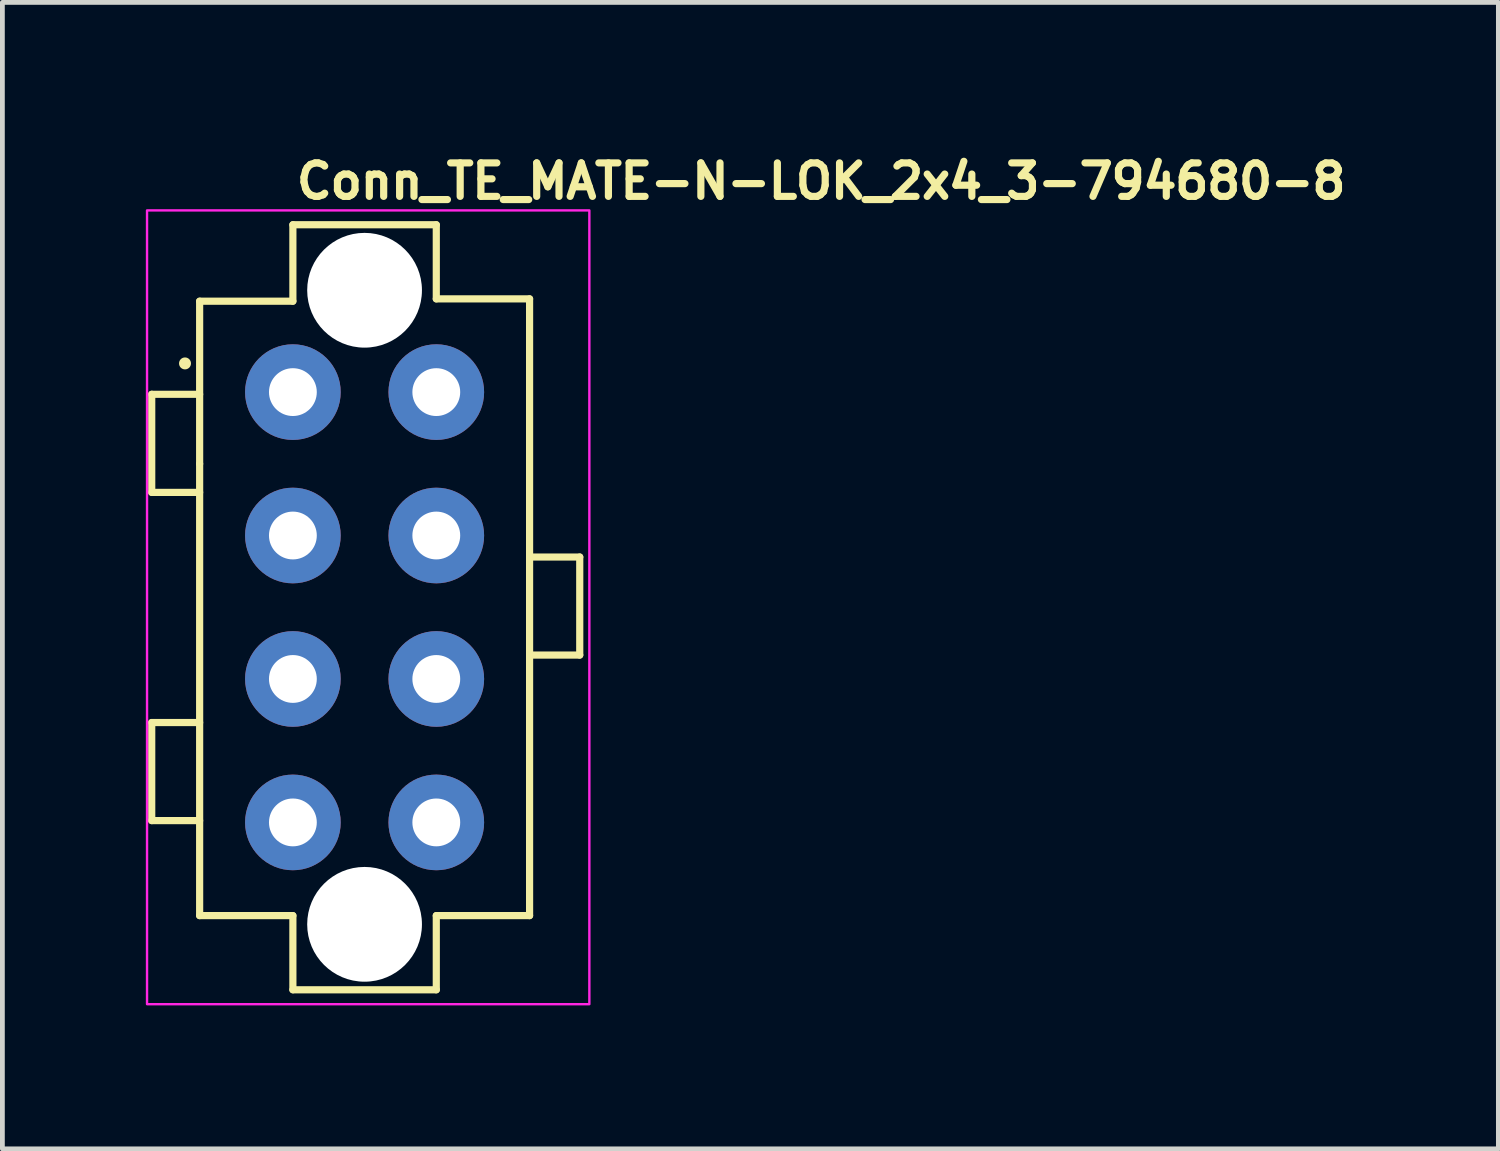
<source format=kicad_pcb>
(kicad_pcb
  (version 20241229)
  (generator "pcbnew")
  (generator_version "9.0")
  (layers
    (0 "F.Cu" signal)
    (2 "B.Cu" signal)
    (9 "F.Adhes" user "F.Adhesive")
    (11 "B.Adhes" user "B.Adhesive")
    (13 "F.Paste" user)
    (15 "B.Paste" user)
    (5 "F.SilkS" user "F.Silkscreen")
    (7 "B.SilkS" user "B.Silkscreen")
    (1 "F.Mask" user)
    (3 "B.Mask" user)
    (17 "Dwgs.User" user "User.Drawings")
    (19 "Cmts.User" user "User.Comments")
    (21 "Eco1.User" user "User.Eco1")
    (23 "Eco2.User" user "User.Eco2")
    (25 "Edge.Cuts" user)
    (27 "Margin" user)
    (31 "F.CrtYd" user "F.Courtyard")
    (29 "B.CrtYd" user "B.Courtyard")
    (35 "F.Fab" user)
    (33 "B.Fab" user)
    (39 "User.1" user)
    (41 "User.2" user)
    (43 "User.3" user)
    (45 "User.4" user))
  (footprint "Conn_TE_MATE-N-LOK_2x4_3-794680-8"
    (layer "F.Cu")
    (at 3.075 5.15)
    (property "Reference" "Conn_TE_MATE-N-LOK_2x4_3-794680-8" (at 0 -4 0) (layer "F.SilkS") (effects (font (size 0.7 0.7) (thickness 0.15)) (justify left bottom)))
    (attr through_hole)
    (fp_line (start -2.952 0.046) (end -1.95 0.046) (stroke (width 0.15) (type solid)) (layer "F.SilkS"))
    (fp_line (start -2.952 2.097) (end -2.952 0.046) (stroke (width 0.15) (type solid)) (layer "F.SilkS"))
    (fp_line (start -2.952 6.91) (end -1.95 6.91) (stroke (width 0.15) (type solid)) (layer "F.SilkS"))
    (fp_line (start -2.952 8.961) (end -2.952 6.91) (stroke (width 0.15) (type solid)) (layer "F.SilkS"))
    (fp_line (start -1.95 -1.901) (end 0 -1.901) (stroke (width 0.15) (type solid)) (layer "F.SilkS"))
    (fp_line (start -1.95 1.499) (end -1.95 -1.901) (stroke (width 0.15) (type solid)) (layer "F.SilkS"))
    (fp_line (start -1.95 1.499) (end -1.95 10.948) (stroke (width 0.15) (type solid)) (layer "F.SilkS"))
    (fp_line (start -1.95 2.097) (end -2.952 2.097) (stroke (width 0.15) (type solid)) (layer "F.SilkS"))
    (fp_line (start -1.95 8.961) (end -2.952 8.961) (stroke (width 0.15) (type solid)) (layer "F.SilkS"))
    (fp_line (start 0 -3.5) (end 0 -1.901) (stroke (width 0.15) (type solid)) (layer "F.SilkS"))
    (fp_line (start 0 -3.5) (end 2.999 -3.5) (stroke (width 0.15) (type solid)) (layer "F.SilkS"))
    (fp_line (start 0 10.948) (end -1.95 10.948) (stroke (width 0.15) (type solid)) (layer "F.SilkS"))
    (fp_line (start 0 12.499) (end 0 10.948) (stroke (width 0.15) (type solid)) (layer "F.SilkS"))
    (fp_line (start 2.999 -3.5) (end 2.999 -1.95) (stroke (width 0.15) (type solid)) (layer "F.SilkS"))
    (fp_line (start 2.999 -1.95) (end 4.95 -1.95) (stroke (width 0.15) (type solid)) (layer "F.SilkS"))
    (fp_line (start 2.999 12.499) (end 0 12.499) (stroke (width 0.15) (type solid)) (layer "F.SilkS"))
    (fp_line (start 2.999 12.499) (end 2.999 10.948) (stroke (width 0.15) (type solid)) (layer "F.SilkS"))
    (fp_line (start 4.95 -1.95) (end 4.95 10.948) (stroke (width 0.15) (type solid)) (layer "F.SilkS"))
    (fp_line (start 4.95 10.948) (end 2.999 10.948) (stroke (width 0.15) (type solid)) (layer "F.SilkS"))
    (fp_line (start 4.998 3.449) (end 5.999 3.449) (stroke (width 0.15) (type solid)) (layer "F.SilkS"))
    (fp_line (start 5.999 3.449) (end 5.999 5.499) (stroke (width 0.15) (type solid)) (layer "F.SilkS"))
    (fp_line (start 5.999 5.499) (end 4.95 5.499) (stroke (width 0.15) (type solid)) (layer "F.SilkS"))
    (fp_circle (center -2.256 -0.6) (end -2.206 -0.6) (stroke (width 0.15) (type solid)) (fill yes) (layer "F.SilkS"))
    (fp_rect (start -3.05 -3.8) (end 6.2 12.8) (stroke (width 0.05) (type solid)) (fill no) (layer "F.CrtYd"))
    (fp_rect (start 6.23 12.5) (end -2.44 -3.499) (stroke (width 0.1) (type solid)) (fill no) (layer "User.5"))
    (fp_line (start -2.44 0.45) (end -2.44 1.701) (stroke (width 0.02) (type solid)) (layer "User.9"))
    (fp_line (start -2.44 1.701) (end -2.129 1.701) (stroke (width 0.02) (type solid)) (layer "User.9"))
    (fp_line (start -2.44 7.301) (end -2.44 8.55) (stroke (width 0.02) (type solid)) (layer "User.9"))
    (fp_line (start -2.44 8.55) (end -2.129 8.55) (stroke (width 0.02) (type solid)) (layer "User.9"))
    (fp_line (start -2.129 0.45) (end -2.44 0.45) (stroke (width 0.02) (type solid)) (layer "User.9"))
    (fp_line (start -2.129 1.701) (end -2.12 1.701) (stroke (width 0.02) (type solid)) (layer "User.9"))
    (fp_line (start -2.129 7.301) (end -2.44 7.301) (stroke (width 0.02) (type solid)) (layer "User.9"))
    (fp_line (start -2.129 8.55) (end -2.12 8.551) (stroke (width 0.02) (type solid)) (layer "User.9"))
    (fp_line (start -2.12 0.45) (end -2.129 0.45) (stroke (width 0.02) (type solid)) (layer "User.9"))
    (fp_line (start -2.12 1.701) (end -2.11 1.701) (stroke (width 0.02) (type solid)) (layer "User.9"))
    (fp_line (start -2.12 7.301) (end -2.129 7.301) (stroke (width 0.02) (type solid)) (layer "User.9"))
    (fp_line (start -2.12 8.551) (end -2.11 8.551) (stroke (width 0.02) (type solid)) (layer "User.9"))
    (fp_line (start -2.11 0.45) (end -2.12 0.45) (stroke (width 0.02) (type solid)) (layer "User.9"))
    (fp_line (start -2.11 1.701) (end -2.1 1.704) (stroke (width 0.02) (type solid)) (layer "User.9"))
    (fp_line (start -2.11 7.301) (end -2.12 7.301) (stroke (width 0.02) (type solid)) (layer "User.9"))
    (fp_line (start -2.11 8.551) (end -2.1 8.554) (stroke (width 0.02) (type solid)) (layer "User.9"))
    (fp_line (start -2.1 0.449) (end -2.11 0.45) (stroke (width 0.02) (type solid)) (layer "User.9"))
    (fp_line (start -2.1 1.704) (end -2.089 1.704) (stroke (width 0.02) (type solid)) (layer "User.9"))
    (fp_line (start -2.1 7.299) (end -2.11 7.301) (stroke (width 0.02) (type solid)) (layer "User.9"))
    (fp_line (start -2.1 8.554) (end -2.089 8.555) (stroke (width 0.02) (type solid)) (layer "User.9"))
    (fp_line (start -2.089 0.447) (end -2.1 0.449) (stroke (width 0.02) (type solid)) (layer "User.9"))
    (fp_line (start -2.089 1.704) (end -2.081 1.708) (stroke (width 0.02) (type solid)) (layer "User.9"))
    (fp_line (start -2.089 7.297) (end -2.1 7.299) (stroke (width 0.02) (type solid)) (layer "User.9"))
    (fp_line (start -2.089 8.555) (end -2.081 8.558) (stroke (width 0.02) (type solid)) (layer "User.9"))
    (fp_line (start -2.081 0.444) (end -2.089 0.447) (stroke (width 0.02) (type solid)) (layer "User.9"))
    (fp_line (start -2.081 1.708) (end -2.07 1.709) (stroke (width 0.02) (type solid)) (layer "User.9"))
    (fp_line (start -2.081 7.295) (end -2.089 7.297) (stroke (width 0.02) (type solid)) (layer "User.9"))
    (fp_line (start -2.081 8.558) (end -2.07 8.56) (stroke (width 0.02) (type solid)) (layer "User.9"))
    (fp_line (start -2.07 0.443) (end -2.081 0.444) (stroke (width 0.02) (type solid)) (layer "User.9"))
    (fp_line (start -2.07 1.709) (end -2.062 1.712) (stroke (width 0.02) (type solid)) (layer "User.9"))
    (fp_line (start -2.07 7.293) (end -2.081 7.295) (stroke (width 0.02) (type solid)) (layer "User.9"))
    (fp_line (start -2.07 8.56) (end -2.062 8.563) (stroke (width 0.02) (type solid)) (layer "User.9"))
    (fp_line (start -2.062 0.44) (end -2.07 0.443) (stroke (width 0.02) (type solid)) (layer "User.9"))
    (fp_line (start -2.062 1.712) (end -2.052 1.717) (stroke (width 0.02) (type solid)) (layer "User.9"))
    (fp_line (start -2.062 7.289) (end -2.07 7.293) (stroke (width 0.02) (type solid)) (layer "User.9"))
    (fp_line (start -2.062 8.563) (end -2.052 8.567) (stroke (width 0.02) (type solid)) (layer "User.9"))
    (fp_line (start -2.052 0.436) (end -2.062 0.44) (stroke (width 0.02) (type solid)) (layer "User.9"))
    (fp_line (start -2.052 1.717) (end -2.044 1.72) (stroke (width 0.02) (type solid)) (layer "User.9"))
    (fp_line (start -2.052 7.285) (end -2.062 7.289) (stroke (width 0.02) (type solid)) (layer "User.9"))
    (fp_line (start -2.052 8.567) (end -2.044 8.571) (stroke (width 0.02) (type solid)) (layer "User.9"))
    (fp_line (start -2.044 0.431) (end -2.052 0.436) (stroke (width 0.02) (type solid)) (layer "User.9"))
    (fp_line (start -2.044 1.72) (end -2.035 1.725) (stroke (width 0.02) (type solid)) (layer "User.9"))
    (fp_line (start -2.044 7.281) (end -2.052 7.285) (stroke (width 0.02) (type solid)) (layer "User.9"))
    (fp_line (start -2.044 8.571) (end -2.035 8.575) (stroke (width 0.02) (type solid)) (layer "User.9"))
    (fp_line (start -2.035 0.427) (end -2.044 0.431) (stroke (width 0.02) (type solid)) (layer "User.9"))
    (fp_line (start -2.035 1.725) (end -2.027 1.73) (stroke (width 0.02) (type solid)) (layer "User.9"))
    (fp_line (start -2.035 7.277) (end -2.044 7.281) (stroke (width 0.02) (type solid)) (layer "User.9"))
    (fp_line (start -2.035 8.575) (end -2.027 8.58) (stroke (width 0.02) (type solid)) (layer "User.9"))
    (fp_line (start -2.027 0.423) (end -2.035 0.427) (stroke (width 0.02) (type solid)) (layer "User.9"))
    (fp_line (start -2.027 1.73) (end -2.019 1.735) (stroke (width 0.02) (type solid)) (layer "User.9"))
    (fp_line (start -2.027 7.273) (end -2.035 7.277) (stroke (width 0.02) (type solid)) (layer "User.9"))
    (fp_line (start -2.027 8.58) (end -2.019 8.584) (stroke (width 0.02) (type solid)) (layer "User.9"))
    (fp_line (start -2.019 0.417) (end -2.027 0.423) (stroke (width 0.02) (type solid)) (layer "User.9"))
    (fp_line (start -2.019 1.735) (end -2.011 1.741) (stroke (width 0.02) (type solid)) (layer "User.9"))
    (fp_line (start -2.019 7.267) (end -2.027 7.273) (stroke (width 0.02) (type solid)) (layer "User.9"))
    (fp_line (start -2.019 8.584) (end -2.011 8.59) (stroke (width 0.02) (type solid)) (layer "User.9"))
    (fp_line (start -2.011 0.411) (end -2.019 0.417) (stroke (width 0.02) (type solid)) (layer "User.9"))
    (fp_line (start -2.011 1.741) (end -2.003 1.746) (stroke (width 0.02) (type solid)) (layer "User.9"))
    (fp_line (start -2.011 7.261) (end -2.019 7.267) (stroke (width 0.02) (type solid)) (layer "User.9"))
    (fp_line (start -2.011 8.59) (end -2.003 8.596) (stroke (width 0.02) (type solid)) (layer "User.9"))
    (fp_line (start -2.003 0.405) (end -2.011 0.411) (stroke (width 0.02) (type solid)) (layer "User.9"))
    (fp_line (start -2.003 1.746) (end -1.995 1.752) (stroke (width 0.02) (type solid)) (layer "User.9"))
    (fp_line (start -2.003 7.255) (end -2.011 7.261) (stroke (width 0.02) (type solid)) (layer "User.9"))
    (fp_line (start -2.003 8.596) (end -1.995 8.602) (stroke (width 0.02) (type solid)) (layer "User.9"))
    (fp_line (start -1.995 0.399) (end -2.003 0.405) (stroke (width 0.02) (type solid)) (layer "User.9"))
    (fp_line (start -1.995 1.752) (end -1.988 1.759) (stroke (width 0.02) (type solid)) (layer "User.9"))
    (fp_line (start -1.995 7.249) (end -2.003 7.255) (stroke (width 0.02) (type solid)) (layer "User.9"))
    (fp_line (start -1.995 8.602) (end -1.988 8.609) (stroke (width 0.02) (type solid)) (layer "User.9"))
    (fp_line (start -1.988 0.392) (end -1.995 0.399) (stroke (width 0.02) (type solid)) (layer "User.9"))
    (fp_line (start -1.988 0.392) (end -1.988 0.392) (stroke (width 0.02) (type solid)) (layer "User.9"))
    (fp_line (start -1.988 1.759) (end -1.988 1.759) (stroke (width 0.02) (type solid)) (layer "User.9"))
    (fp_line (start -1.988 1.759) (end -1.98 1.767) (stroke (width 0.02) (type solid)) (layer "User.9"))
    (fp_line (start -1.988 7.243) (end -1.995 7.249) (stroke (width 0.02) (type solid)) (layer "User.9"))
    (fp_line (start -1.988 7.243) (end -1.988 7.243) (stroke (width 0.02) (type solid)) (layer "User.9"))
    (fp_line (start -1.988 8.609) (end -1.988 8.609) (stroke (width 0.02) (type solid)) (layer "User.9"))
    (fp_line (start -1.988 8.609) (end -1.98 8.616) (stroke (width 0.02) (type solid)) (layer "User.9"))
    (fp_line (start -1.98 0.385) (end -1.988 0.392) (stroke (width 0.02) (type solid)) (layer "User.9"))
    (fp_line (start -1.98 1.767) (end -1.975 1.775) (stroke (width 0.02) (type solid)) (layer "User.9"))
    (fp_line (start -1.98 7.235) (end -1.988 7.243) (stroke (width 0.02) (type solid)) (layer "User.9"))
    (fp_line (start -1.98 8.616) (end -1.975 8.625) (stroke (width 0.02) (type solid)) (layer "User.9"))
    (fp_line (start -1.975 0.378) (end -1.98 0.385) (stroke (width 0.02) (type solid)) (layer "User.9"))
    (fp_line (start -1.975 1.775) (end -1.969 1.783) (stroke (width 0.02) (type solid)) (layer "User.9"))
    (fp_line (start -1.975 7.227) (end -1.98 7.235) (stroke (width 0.02) (type solid)) (layer "User.9"))
    (fp_line (start -1.975 8.625) (end -1.969 8.633) (stroke (width 0.02) (type solid)) (layer "User.9"))
    (fp_line (start -1.969 0.369) (end -1.975 0.378) (stroke (width 0.02) (type solid)) (layer "User.9"))
    (fp_line (start -1.969 1.783) (end -1.962 1.791) (stroke (width 0.02) (type solid)) (layer "User.9"))
    (fp_line (start -1.969 7.219) (end -1.975 7.227) (stroke (width 0.02) (type solid)) (layer "User.9"))
    (fp_line (start -1.969 8.633) (end -1.962 8.641) (stroke (width 0.02) (type solid)) (layer "User.9"))
    (fp_line (start -1.962 0.362) (end -1.969 0.369) (stroke (width 0.02) (type solid)) (layer "User.9"))
    (fp_line (start -1.962 1.791) (end -1.958 1.799) (stroke (width 0.02) (type solid)) (layer "User.9"))
    (fp_line (start -1.962 7.211) (end -1.969 7.219) (stroke (width 0.02) (type solid)) (layer "User.9"))
    (fp_line (start -1.962 8.641) (end -1.958 8.649) (stroke (width 0.02) (type solid)) (layer "User.9"))
    (fp_line (start -1.958 0.353) (end -1.962 0.362) (stroke (width 0.02) (type solid)) (layer "User.9"))
    (fp_line (start -1.958 1.799) (end -1.953 1.807) (stroke (width 0.02) (type solid)) (layer "User.9"))
    (fp_line (start -1.958 7.204) (end -1.962 7.211) (stroke (width 0.02) (type solid)) (layer "User.9"))
    (fp_line (start -1.958 8.649) (end -1.953 8.656) (stroke (width 0.02) (type solid)) (layer "User.9"))
    (fp_line (start -1.953 0.346) (end -1.958 0.353) (stroke (width 0.02) (type solid)) (layer "User.9"))
    (fp_line (start -1.953 1.807) (end -1.948 1.815) (stroke (width 0.02) (type solid)) (layer "User.9"))
    (fp_line (start -1.953 7.196) (end -1.958 7.204) (stroke (width 0.02) (type solid)) (layer "User.9"))
    (fp_line (start -1.953 8.656) (end -1.948 8.665) (stroke (width 0.02) (type solid)) (layer "User.9"))
    (fp_line (start -1.948 0.337) (end -1.953 0.346) (stroke (width 0.02) (type solid)) (layer "User.9"))
    (fp_line (start -1.948 1.815) (end -1.945 1.824) (stroke (width 0.02) (type solid)) (layer "User.9"))
    (fp_line (start -1.948 7.186) (end -1.953 7.196) (stroke (width 0.02) (type solid)) (layer "User.9"))
    (fp_line (start -1.948 8.665) (end -1.945 8.674) (stroke (width 0.02) (type solid)) (layer "User.9"))
    (fp_line (start -1.945 0.328) (end -1.948 0.337) (stroke (width 0.02) (type solid)) (layer "User.9"))
    (fp_line (start -1.945 1.824) (end -1.94 1.834) (stroke (width 0.02) (type solid)) (layer "User.9"))
    (fp_line (start -1.945 7.178) (end -1.948 7.186) (stroke (width 0.02) (type solid)) (layer "User.9"))
    (fp_line (start -1.945 8.674) (end -1.94 8.684) (stroke (width 0.02) (type solid)) (layer "User.9"))
    (fp_line (start -1.94 0.318) (end -1.945 0.328) (stroke (width 0.02) (type solid)) (layer "User.9"))
    (fp_line (start -1.94 1.834) (end -1.937 1.842) (stroke (width 0.02) (type solid)) (layer "User.9"))
    (fp_line (start -1.94 7.168) (end -1.945 7.178) (stroke (width 0.02) (type solid)) (layer "User.9"))
    (fp_line (start -1.94 8.684) (end -1.937 8.693) (stroke (width 0.02) (type solid)) (layer "User.9"))
    (fp_line (start -1.937 0.309) (end -1.94 0.318) (stroke (width 0.02) (type solid)) (layer "User.9"))
    (fp_line (start -1.937 1.842) (end -1.935 1.852) (stroke (width 0.02) (type solid)) (layer "User.9"))
    (fp_line (start -1.937 7.16) (end -1.94 7.168) (stroke (width 0.02) (type solid)) (layer "User.9"))
    (fp_line (start -1.937 8.693) (end -1.935 8.703) (stroke (width 0.02) (type solid)) (layer "User.9"))
    (fp_line (start -1.935 0.299) (end -1.937 0.309) (stroke (width 0.02) (type solid)) (layer "User.9"))
    (fp_line (start -1.935 1.852) (end -1.932 1.861) (stroke (width 0.02) (type solid)) (layer "User.9"))
    (fp_line (start -1.935 7.15) (end -1.937 7.16) (stroke (width 0.02) (type solid)) (layer "User.9"))
    (fp_line (start -1.935 8.703) (end -1.932 8.712) (stroke (width 0.02) (type solid)) (layer "User.9"))
    (fp_line (start -1.932 0.28) (end -1.932 0.29) (stroke (width 0.02) (type solid)) (layer "User.9"))
    (fp_line (start -1.932 0.29) (end -1.935 0.299) (stroke (width 0.02) (type solid)) (layer "User.9"))
    (fp_line (start -1.932 1.861) (end -1.932 1.871) (stroke (width 0.02) (type solid)) (layer "User.9"))
    (fp_line (start -1.932 1.871) (end -1.929 1.882) (stroke (width 0.02) (type solid)) (layer "User.9"))
    (fp_line (start -1.932 7.13) (end -1.932 7.14) (stroke (width 0.02) (type solid)) (layer "User.9"))
    (fp_line (start -1.932 7.14) (end -1.935 7.15) (stroke (width 0.02) (type solid)) (layer "User.9"))
    (fp_line (start -1.932 8.712) (end -1.932 8.721) (stroke (width 0.02) (type solid)) (layer "User.9"))
    (fp_line (start -1.932 8.721) (end -1.929 8.731) (stroke (width 0.02) (type solid)) (layer "User.9"))
    (fp_line (start -1.929 -1.929) (end -1.929 10.93) (stroke (width 0.02) (type solid)) (layer "User.9"))
    (fp_line (start -1.929 0.251) (end -1.929 0.26) (stroke (width 0.02) (type solid)) (layer "User.9"))
    (fp_line (start -1.929 0.26) (end -1.929 0.27) (stroke (width 0.02) (type solid)) (layer "User.9"))
    (fp_line (start -1.929 0.27) (end -1.932 0.28) (stroke (width 0.02) (type solid)) (layer "User.9"))
    (fp_line (start -1.929 1.882) (end -1.929 1.892) (stroke (width 0.02) (type solid)) (layer "User.9"))
    (fp_line (start -1.929 1.892) (end -1.929 1.901) (stroke (width 0.02) (type solid)) (layer "User.9"))
    (fp_line (start -1.929 7.102) (end -1.929 7.11) (stroke (width 0.02) (type solid)) (layer "User.9"))
    (fp_line (start -1.929 7.11) (end -1.929 7.12) (stroke (width 0.02) (type solid)) (layer "User.9"))
    (fp_line (start -1.929 7.12) (end -1.932 7.13) (stroke (width 0.02) (type solid)) (layer "User.9"))
    (fp_line (start -1.929 8.731) (end -1.929 8.741) (stroke (width 0.02) (type solid)) (layer "User.9"))
    (fp_line (start -1.929 8.741) (end -1.929 8.752) (stroke (width 0.02) (type solid)) (layer "User.9"))
    (fp_line (start -1.309 -1.31) (end -1.309 0.61) (stroke (width 0.02) (type solid)) (layer "User.9"))
    (fp_line (start -1.309 2.39) (end -1.309 4.31) (stroke (width 0.02) (type solid)) (layer "User.9"))
    (fp_line (start -1.309 2.39) (end -0.608 1.691) (stroke (width 0.02) (type solid)) (layer "User.9"))
    (fp_line (start -1.309 4.31) (end 1.311 4.31) (stroke (width 0.02) (type solid)) (layer "User.9"))
    (fp_line (start -1.309 4.691) (end -1.309 6.61) (stroke (width 0.02) (type solid)) (layer "User.9"))
    (fp_line (start -1.309 8.392) (end -1.309 10.311) (stroke (width 0.02) (type solid)) (layer "User.9"))
    (fp_line (start -1.309 8.392) (end -0.608 7.69) (stroke (width 0.02) (type solid)) (layer "User.9"))
    (fp_line (start -1.309 10.311) (end 1.311 10.311) (stroke (width 0.02) (type solid)) (layer "User.9"))
    (fp_line (start -0.608 1.31) (end -1.309 0.61) (stroke (width 0.02) (type solid)) (layer "User.9"))
    (fp_line (start -0.608 1.31) (end 1.311 1.31) (stroke (width 0.02) (type solid)) (layer "User.9"))
    (fp_line (start -0.608 7.311) (end -1.309 6.61) (stroke (width 0.02) (type solid)) (layer "User.9"))
    (fp_line (start -0.608 7.311) (end 1.311 7.311) (stroke (width 0.02) (type solid)) (layer "User.9"))
    (fp_line (start -0.499 -2.329) (end -0.37 -2.329) (stroke (width 0.02) (type solid)) (layer "User.9"))
    (fp_line (start -0.499 -1.97) (end -0.499 -2.329) (stroke (width 0.02) (type solid)) (layer "User.9"))
    (fp_line (start -0.499 -1.97) (end -0.37 -1.97) (stroke (width 0.02) (type solid)) (layer "User.9"))
    (fp_line (start -0.499 10.97) (end -0.499 11.331) (stroke (width 0.02) (type solid)) (layer "User.9"))
    (fp_line (start -0.37 -2.329) (end 3 -2.329) (stroke (width 0.02) (type solid)) (layer "User.9"))
    (fp_line (start -0.37 -1.97) (end 3 -1.97) (stroke (width 0.02) (type solid)) (layer "User.9"))
    (fp_line (start -0.37 10.97) (end -0.499 10.97) (stroke (width 0.02) (type solid)) (layer "User.9"))
    (fp_line (start -0.37 11.331) (end -0.499 11.331) (stroke (width 0.02) (type solid)) (layer "User.9"))
    (fp_line (start -0.318 0.321) (end -0.318 -0.32) (stroke (width 0.02) (type solid)) (layer "User.9"))
    (fp_line (start -0.318 3.321) (end -0.318 2.68) (stroke (width 0.02) (type solid)) (layer "User.9"))
    (fp_line (start -0.318 5.682) (end -0.318 6.32) (stroke (width 0.02) (type solid)) (layer "User.9"))
    (fp_line (start -0.318 5.682) (end 0.32 5.682) (stroke (width 0.02) (type solid)) (layer "User.9"))
    (fp_line (start -0.318 6.32) (end 0.32 6.32) (stroke (width 0.02) (type solid)) (layer "User.9"))
    (fp_line (start -0.318 8.68) (end -0.318 9.32) (stroke (width 0.02) (type solid)) (layer "User.9"))
    (fp_line (start -0.318 8.68) (end 0.32 8.68) (stroke (width 0.02) (type solid)) (layer "User.9"))
    (fp_line (start -0.318 9.32) (end 0.32 9.32) (stroke (width 0.02) (type solid)) (layer "User.9"))
    (fp_line (start 0.001 -2.72) (end 0.001 -2.358) (stroke (width 0.02) (type solid)) (layer "User.9"))
    (fp_line (start 0.001 -2.358) (end 3 -2.358) (stroke (width 0.02) (type solid)) (layer "User.9"))
    (fp_line (start 0.001 11.36) (end 0.001 11.722) (stroke (width 0.02) (type solid)) (layer "User.9"))
    (fp_line (start 0.001 11.36) (end 3 11.36) (stroke (width 0.02) (type solid)) (layer "User.9"))
    (fp_line (start 0.32 -0.32) (end -0.318 -0.32) (stroke (width 0.02) (type solid)) (layer "User.9"))
    (fp_line (start 0.32 0.321) (end -0.318 0.321) (stroke (width 0.02) (type solid)) (layer "User.9"))
    (fp_line (start 0.32 0.321) (end 0.32 -0.32) (stroke (width 0.02) (type solid)) (layer "User.9"))
    (fp_line (start 0.32 2.68) (end -0.318 2.68) (stroke (width 0.02) (type solid)) (layer "User.9"))
    (fp_line (start 0.32 3.321) (end -0.318 3.321) (stroke (width 0.02) (type solid)) (layer "User.9"))
    (fp_line (start 0.32 3.321) (end 0.32 2.68) (stroke (width 0.02) (type solid)) (layer "User.9"))
    (fp_line (start 0.32 5.682) (end 0.32 6.32) (stroke (width 0.02) (type solid)) (layer "User.9"))
    (fp_line (start 0.32 8.68) (end 0.32 9.32) (stroke (width 0.02) (type solid)) (layer "User.9"))
    (fp_line (start 0.452 -3.499) (end 0.001 -2.72) (stroke (width 0.02) (type solid)) (layer "User.9"))
    (fp_line (start 0.452 12.5) (end 0.001 11.722) (stroke (width 0.02) (type solid)) (layer "User.9"))
    (fp_line (start 0.501 -2.358) (end 0.501 -2.329) (stroke (width 0.02) (type solid)) (layer "User.9"))
    (fp_line (start 0.501 -1.97) (end 0.501 -1.929) (stroke (width 0.02) (type solid)) (layer "User.9"))
    (fp_line (start 0.501 10.93) (end 0.501 10.97) (stroke (width 0.02) (type solid)) (layer "User.9"))
    (fp_line (start 0.501 11.331) (end 0.501 11.36) (stroke (width 0.02) (type solid)) (layer "User.9"))
    (fp_line (start 1.311 -1.31) (end -1.309 -1.31) (stroke (width 0.02) (type solid)) (layer "User.9"))
    (fp_line (start 1.311 1.31) (end 1.311 -1.31) (stroke (width 0.02) (type solid)) (layer "User.9"))
    (fp_line (start 1.311 1.691) (end -0.608 1.691) (stroke (width 0.02) (type solid)) (layer "User.9"))
    (fp_line (start 1.311 4.31) (end 1.311 1.691) (stroke (width 0.02) (type solid)) (layer "User.9"))
    (fp_line (start 1.311 4.691) (end -1.309 4.691) (stroke (width 0.02) (type solid)) (layer "User.9"))
    (fp_line (start 1.311 7.311) (end 1.311 4.691) (stroke (width 0.02) (type solid)) (layer "User.9"))
    (fp_line (start 1.311 7.69) (end -0.608 7.69) (stroke (width 0.02) (type solid)) (layer "User.9"))
    (fp_line (start 1.311 10.311) (end 1.311 7.69) (stroke (width 0.02) (type solid)) (layer "User.9"))
    (fp_line (start 1.69 -1.31) (end 1.69 1.31) (stroke (width 0.02) (type solid)) (layer "User.9"))
    (fp_line (start 1.69 1.31) (end 4.311 1.31) (stroke (width 0.02) (type solid)) (layer "User.9"))
    (fp_line (start 1.69 2.39) (end 1.69 4.31) (stroke (width 0.02) (type solid)) (layer "User.9"))
    (fp_line (start 1.69 2.39) (end 2.392 1.691) (stroke (width 0.02) (type solid)) (layer "User.9"))
    (fp_line (start 1.69 4.31) (end 4.311 4.31) (stroke (width 0.02) (type solid)) (layer "User.9"))
    (fp_line (start 1.69 4.691) (end 1.69 6.61) (stroke (width 0.02) (type solid)) (layer "User.9"))
    (fp_line (start 1.69 8.392) (end 1.69 10.311) (stroke (width 0.02) (type solid)) (layer "User.9"))
    (fp_line (start 1.69 8.392) (end 2.392 7.69) (stroke (width 0.02) (type solid)) (layer "User.9"))
    (fp_line (start 1.69 10.311) (end 4.311 10.311) (stroke (width 0.02) (type solid)) (layer "User.9"))
    (fp_line (start 2.392 7.311) (end 1.69 6.61) (stroke (width 0.02) (type solid)) (layer "User.9"))
    (fp_line (start 2.392 7.311) (end 4.311 7.311) (stroke (width 0.02) (type solid)) (layer "User.9"))
    (fp_line (start 2.502 -2.358) (end 2.502 -2.329) (stroke (width 0.02) (type solid)) (layer "User.9"))
    (fp_line (start 2.502 -1.97) (end 2.502 -1.929) (stroke (width 0.02) (type solid)) (layer "User.9"))
    (fp_line (start 2.502 10.93) (end 2.502 10.97) (stroke (width 0.02) (type solid)) (layer "User.9"))
    (fp_line (start 2.502 11.331) (end 2.502 11.36) (stroke (width 0.02) (type solid)) (layer "User.9"))
    (fp_line (start 2.55 -3.499) (end 0.452 -3.499) (stroke (width 0.02) (type solid)) (layer "User.9"))
    (fp_line (start 2.55 12.5) (end 0.452 12.5) (stroke (width 0.02) (type solid)) (layer "User.9"))
    (fp_line (start 2.55 12.5) (end 3 11.722) (stroke (width 0.02) (type solid)) (layer "User.9"))
    (fp_line (start 2.68 0.321) (end 2.68 -0.32) (stroke (width 0.02) (type solid)) (layer "User.9"))
    (fp_line (start 2.68 3.321) (end 2.68 2.68) (stroke (width 0.02) (type solid)) (layer "User.9"))
    (fp_line (start 2.68 5.682) (end 2.68 6.32) (stroke (width 0.02) (type solid)) (layer "User.9"))
    (fp_line (start 2.68 5.682) (end 3.32 5.682) (stroke (width 0.02) (type solid)) (layer "User.9"))
    (fp_line (start 2.68 6.32) (end 3.32 6.32) (stroke (width 0.02) (type solid)) (layer "User.9"))
    (fp_line (start 2.68 8.68) (end 2.68 9.32) (stroke (width 0.02) (type solid)) (layer "User.9"))
    (fp_line (start 2.68 8.68) (end 3.32 8.68) (stroke (width 0.02) (type solid)) (layer "User.9"))
    (fp_line (start 2.68 9.32) (end 3.32 9.32) (stroke (width 0.02) (type solid)) (layer "User.9"))
    (fp_line (start 3 -2.72) (end 0.001 -2.72) (stroke (width 0.02) (type solid)) (layer "User.9"))
    (fp_line (start 3 -2.72) (end 2.55 -3.499) (stroke (width 0.02) (type solid)) (layer "User.9"))
    (fp_line (start 3 -2.72) (end 3 -2.358) (stroke (width 0.02) (type solid)) (layer "User.9"))
    (fp_line (start 3 -2.329) (end 3.496 -2.329) (stroke (width 0.02) (type solid)) (layer "User.9"))
    (fp_line (start 3 -1.97) (end 3.496 -1.97) (stroke (width 0.02) (type solid)) (layer "User.9"))
    (fp_line (start 3 10.97) (end -0.37 10.97) (stroke (width 0.02) (type solid)) (layer "User.9"))
    (fp_line (start 3 11.331) (end -0.37 11.331) (stroke (width 0.02) (type solid)) (layer "User.9"))
    (fp_line (start 3 11.36) (end 3 11.722) (stroke (width 0.02) (type solid)) (layer "User.9"))
    (fp_line (start 3 11.722) (end 0.001 11.722) (stroke (width 0.02) (type solid)) (layer "User.9"))
    (fp_line (start 3.32 -0.32) (end 2.68 -0.32) (stroke (width 0.02) (type solid)) (layer "User.9"))
    (fp_line (start 3.32 0.321) (end 2.68 0.321) (stroke (width 0.02) (type solid)) (layer "User.9"))
    (fp_line (start 3.32 0.321) (end 3.32 -0.32) (stroke (width 0.02) (type solid)) (layer "User.9"))
    (fp_line (start 3.32 2.68) (end 2.68 2.68) (stroke (width 0.02) (type solid)) (layer "User.9"))
    (fp_line (start 3.32 3.321) (end 2.68 3.321) (stroke (width 0.02) (type solid)) (layer "User.9"))
    (fp_line (start 3.32 3.321) (end 3.32 2.68) (stroke (width 0.02) (type solid)) (layer "User.9"))
    (fp_line (start 3.32 5.682) (end 3.32 6.32) (stroke (width 0.02) (type solid)) (layer "User.9"))
    (fp_line (start 3.32 8.68) (end 3.32 9.32) (stroke (width 0.02) (type solid)) (layer "User.9"))
    (fp_line (start 3.335 10.97) (end 3 10.97) (stroke (width 0.02) (type solid)) (layer "User.9"))
    (fp_line (start 3.335 10.97) (end 3.335 10.97) (stroke (width 0.02) (type solid)) (layer "User.9"))
    (fp_line (start 3.335 11.331) (end 3 11.331) (stroke (width 0.02) (type solid)) (layer "User.9"))
    (fp_line (start 3.335 11.331) (end 3.335 11.331) (stroke (width 0.02) (type solid)) (layer "User.9"))
    (fp_line (start 3.496 -2.329) (end 3.496 -2.329) (stroke (width 0.02) (type solid)) (layer "User.9"))
    (fp_line (start 3.496 -2.329) (end 3.652 -2.329) (stroke (width 0.02) (type solid)) (layer "User.9"))
    (fp_line (start 3.496 -1.97) (end 3.496 -1.97) (stroke (width 0.02) (type solid)) (layer "User.9"))
    (fp_line (start 3.496 -1.97) (end 3.652 -1.97) (stroke (width 0.02) (type solid)) (layer "User.9"))
    (fp_line (start 3.652 -2.329) (end 3.652 -2.329) (stroke (width 0.02) (type solid)) (layer "User.9"))
    (fp_line (start 3.652 -2.329) (end 3.8 -2.329) (stroke (width 0.02) (type solid)) (layer "User.9"))
    (fp_line (start 3.652 -1.97) (end 3.652 -1.97) (stroke (width 0.02) (type solid)) (layer "User.9"))
    (fp_line (start 3.652 -1.97) (end 3.8 -1.97) (stroke (width 0.02) (type solid)) (layer "User.9"))
    (fp_line (start 3.652 10.97) (end 3.335 10.97) (stroke (width 0.02) (type solid)) (layer "User.9"))
    (fp_line (start 3.652 10.97) (end 3.652 10.97) (stroke (width 0.02) (type solid)) (layer "User.9"))
    (fp_line (start 3.652 11.331) (end 3.335 11.331) (stroke (width 0.02) (type solid)) (layer "User.9"))
    (fp_line (start 3.652 11.331) (end 3.652 11.331) (stroke (width 0.02) (type solid)) (layer "User.9"))
    (fp_line (start 3.8 -2.329) (end 3.8 -2.329) (stroke (width 0.02) (type solid)) (layer "User.9"))
    (fp_line (start 3.8 -2.329) (end 3.937 -2.329) (stroke (width 0.02) (type solid)) (layer "User.9"))
    (fp_line (start 3.8 -1.97) (end 3.8 -1.97) (stroke (width 0.02) (type solid)) (layer "User.9"))
    (fp_line (start 3.8 -1.97) (end 3.937 -1.97) (stroke (width 0.02) (type solid)) (layer "User.9"))
    (fp_line (start 3.8 10.97) (end 3.652 10.97) (stroke (width 0.02) (type solid)) (layer "User.9"))
    (fp_line (start 3.8 10.97) (end 3.8 10.97) (stroke (width 0.02) (type solid)) (layer "User.9"))
    (fp_line (start 3.8 11.331) (end 3.652 11.331) (stroke (width 0.02) (type solid)) (layer "User.9"))
    (fp_line (start 3.8 11.331) (end 3.8 11.331) (stroke (width 0.02) (type solid)) (layer "User.9"))
    (fp_line (start 3.937 -2.329) (end 3.937 -2.329) (stroke (width 0.02) (type solid)) (layer "User.9"))
    (fp_line (start 3.937 -2.329) (end 4.061 -2.329) (stroke (width 0.02) (type solid)) (layer "User.9"))
    (fp_line (start 3.937 -1.97) (end 3.937 -1.97) (stroke (width 0.02) (type solid)) (layer "User.9"))
    (fp_line (start 3.937 -1.97) (end 4.061 -1.97) (stroke (width 0.02) (type solid)) (layer "User.9"))
    (fp_line (start 3.937 10.97) (end 3.8 10.97) (stroke (width 0.02) (type solid)) (layer "User.9"))
    (fp_line (start 3.937 10.97) (end 3.937 10.97) (stroke (width 0.02) (type solid)) (layer "User.9"))
    (fp_line (start 3.937 11.331) (end 3.8 11.331) (stroke (width 0.02) (type solid)) (layer "User.9"))
    (fp_line (start 3.937 11.331) (end 3.937 11.331) (stroke (width 0.02) (type solid)) (layer "User.9"))
    (fp_line (start 4.061 -2.329) (end 4.061 -2.329) (stroke (width 0.02) (type solid)) (layer "User.9"))
    (fp_line (start 4.061 -2.329) (end 4.174 -2.329) (stroke (width 0.02) (type solid)) (layer "User.9"))
    (fp_line (start 4.061 -1.97) (end 4.061 -1.97) (stroke (width 0.02) (type solid)) (layer "User.9"))
    (fp_line (start 4.061 -1.97) (end 4.174 -1.97) (stroke (width 0.02) (type solid)) (layer "User.9"))
    (fp_line (start 4.061 10.97) (end 3.937 10.97) (stroke (width 0.02) (type solid)) (layer "User.9"))
    (fp_line (start 4.061 10.97) (end 4.061 10.97) (stroke (width 0.02) (type solid)) (layer "User.9"))
    (fp_line (start 4.061 11.331) (end 3.937 11.331) (stroke (width 0.02) (type solid)) (layer "User.9"))
    (fp_line (start 4.061 11.331) (end 4.061 11.331) (stroke (width 0.02) (type solid)) (layer "User.9"))
    (fp_line (start 4.174 -2.329) (end 4.174 -2.329) (stroke (width 0.02) (type solid)) (layer "User.9"))
    (fp_line (start 4.174 -2.329) (end 4.272 -2.329) (stroke (width 0.02) (type solid)) (layer "User.9"))
    (fp_line (start 4.174 -1.97) (end 4.174 -1.97) (stroke (width 0.02) (type solid)) (layer "User.9"))
    (fp_line (start 4.174 -1.97) (end 4.272 -1.97) (stroke (width 0.02) (type solid)) (layer "User.9"))
    (fp_line (start 4.174 10.97) (end 4.061 10.97) (stroke (width 0.02) (type solid)) (layer "User.9"))
    (fp_line (start 4.174 10.97) (end 4.174 10.97) (stroke (width 0.02) (type solid)) (layer "User.9"))
    (fp_line (start 4.174 11.331) (end 4.061 11.331) (stroke (width 0.02) (type solid)) (layer "User.9"))
    (fp_line (start 4.174 11.331) (end 4.174 11.331) (stroke (width 0.02) (type solid)) (layer "User.9"))
    (fp_line (start 4.272 -2.329) (end 4.272 -2.329) (stroke (width 0.02) (type solid)) (layer "User.9"))
    (fp_line (start 4.272 -2.329) (end 4.353 -2.329) (stroke (width 0.02) (type solid)) (layer "User.9"))
    (fp_line (start 4.272 -1.97) (end 4.272 -1.97) (stroke (width 0.02) (type solid)) (layer "User.9"))
    (fp_line (start 4.272 -1.97) (end 4.353 -1.97) (stroke (width 0.02) (type solid)) (layer "User.9"))
    (fp_line (start 4.272 10.97) (end 4.174 10.97) (stroke (width 0.02) (type solid)) (layer "User.9"))
    (fp_line (start 4.272 10.97) (end 4.272 10.97) (stroke (width 0.02) (type solid)) (layer "User.9"))
    (fp_line (start 4.272 11.331) (end 4.174 11.331) (stroke (width 0.02) (type solid)) (layer "User.9"))
    (fp_line (start 4.272 11.331) (end 4.272 11.331) (stroke (width 0.02) (type solid)) (layer "User.9"))
    (fp_line (start 4.311 -1.31) (end 1.69 -1.31) (stroke (width 0.02) (type solid)) (layer "User.9"))
    (fp_line (start 4.311 1.31) (end 4.311 -1.31) (stroke (width 0.02) (type solid)) (layer "User.9"))
    (fp_line (start 4.311 1.691) (end 2.392 1.691) (stroke (width 0.02) (type solid)) (layer "User.9"))
    (fp_line (start 4.311 4.31) (end 4.311 1.691) (stroke (width 0.02) (type solid)) (layer "User.9"))
    (fp_line (start 4.311 4.691) (end 1.69 4.691) (stroke (width 0.02) (type solid)) (layer "User.9"))
    (fp_line (start 4.311 7.311) (end 4.311 4.691) (stroke (width 0.02) (type solid)) (layer "User.9"))
    (fp_line (start 4.311 7.69) (end 2.392 7.69) (stroke (width 0.02) (type solid)) (layer "User.9"))
    (fp_line (start 4.311 10.311) (end 4.311 7.69) (stroke (width 0.02) (type solid)) (layer "User.9"))
    (fp_line (start 4.353 -2.329) (end 4.353 -2.329) (stroke (width 0.02) (type solid)) (layer "User.9"))
    (fp_line (start 4.353 -2.329) (end 4.416 -2.329) (stroke (width 0.02) (type solid)) (layer "User.9"))
    (fp_line (start 4.353 -1.97) (end 4.353 -1.97) (stroke (width 0.02) (type solid)) (layer "User.9"))
    (fp_line (start 4.353 -1.97) (end 4.416 -1.97) (stroke (width 0.02) (type solid)) (layer "User.9"))
    (fp_line (start 4.353 10.97) (end 4.272 10.97) (stroke (width 0.02) (type solid)) (layer "User.9"))
    (fp_line (start 4.353 10.97) (end 4.353 10.97) (stroke (width 0.02) (type solid)) (layer "User.9"))
    (fp_line (start 4.353 11.331) (end 4.272 11.331) (stroke (width 0.02) (type solid)) (layer "User.9"))
    (fp_line (start 4.353 11.331) (end 4.353 11.331) (stroke (width 0.02) (type solid)) (layer "User.9"))
    (fp_line (start 4.416 -2.329) (end 4.416 -2.329) (stroke (width 0.02) (type solid)) (layer "User.9"))
    (fp_line (start 4.416 -2.329) (end 4.464 -2.329) (stroke (width 0.02) (type solid)) (layer "User.9"))
    (fp_line (start 4.416 -1.97) (end 4.416 -1.97) (stroke (width 0.02) (type solid)) (layer "User.9"))
    (fp_line (start 4.416 -1.97) (end 4.464 -1.97) (stroke (width 0.02) (type solid)) (layer "User.9"))
    (fp_line (start 4.416 10.97) (end 4.353 10.97) (stroke (width 0.02) (type solid)) (layer "User.9"))
    (fp_line (start 4.416 10.97) (end 4.416 10.97) (stroke (width 0.02) (type solid)) (layer "User.9"))
    (fp_line (start 4.416 11.331) (end 4.353 11.331) (stroke (width 0.02) (type solid)) (layer "User.9"))
    (fp_line (start 4.416 11.331) (end 4.416 11.331) (stroke (width 0.02) (type solid)) (layer "User.9"))
    (fp_line (start 4.464 -2.329) (end 4.464 -2.329) (stroke (width 0.02) (type solid)) (layer "User.9"))
    (fp_line (start 4.464 -2.329) (end 4.492 -2.329) (stroke (width 0.02) (type solid)) (layer "User.9"))
    (fp_line (start 4.464 -1.97) (end 4.464 -1.97) (stroke (width 0.02) (type solid)) (layer "User.9"))
    (fp_line (start 4.464 -1.97) (end 4.492 -1.97) (stroke (width 0.02) (type solid)) (layer "User.9"))
    (fp_line (start 4.464 10.97) (end 4.416 10.97) (stroke (width 0.02) (type solid)) (layer "User.9"))
    (fp_line (start 4.464 10.97) (end 4.464 10.97) (stroke (width 0.02) (type solid)) (layer "User.9"))
    (fp_line (start 4.464 11.331) (end 4.416 11.331) (stroke (width 0.02) (type solid)) (layer "User.9"))
    (fp_line (start 4.464 11.331) (end 4.464 11.331) (stroke (width 0.02) (type solid)) (layer "User.9"))
    (fp_line (start 4.492 -2.329) (end 4.492 -2.329) (stroke (width 0.02) (type solid)) (layer "User.9"))
    (fp_line (start 4.492 -2.329) (end 4.5 -2.329) (stroke (width 0.02) (type solid)) (layer "User.9"))
    (fp_line (start 4.492 -1.97) (end 4.492 -1.97) (stroke (width 0.02) (type solid)) (layer "User.9"))
    (fp_line (start 4.492 -1.97) (end 4.5 -1.97) (stroke (width 0.02) (type solid)) (layer "User.9"))
    (fp_line (start 4.492 10.97) (end 4.464 10.97) (stroke (width 0.02) (type solid)) (layer "User.9"))
    (fp_line (start 4.492 10.97) (end 4.492 10.97) (stroke (width 0.02) (type solid)) (layer "User.9"))
    (fp_line (start 4.492 11.331) (end 4.464 11.331) (stroke (width 0.02) (type solid)) (layer "User.9"))
    (fp_line (start 4.492 11.331) (end 4.492 11.331) (stroke (width 0.02) (type solid)) (layer "User.9"))
    (fp_line (start 4.5 -1.97) (end 4.5 -2.329) (stroke (width 0.02) (type solid)) (layer "User.9"))
    (fp_line (start 4.5 10.97) (end 4.492 10.97) (stroke (width 0.02) (type solid)) (layer "User.9"))
    (fp_line (start 4.5 10.97) (end 4.5 11.331) (stroke (width 0.02) (type solid)) (layer "User.9"))
    (fp_line (start 4.5 11.331) (end 4.492 11.331) (stroke (width 0.02) (type solid)) (layer "User.9"))
    (fp_line (start 4.93 -1.929) (end -1.929 -1.929) (stroke (width 0.02) (type solid)) (layer "User.9"))
    (fp_line (start 4.93 -1.929) (end 4.93 3.201) (stroke (width 0.02) (type solid)) (layer "User.9"))
    (fp_line (start 4.93 5.8) (end 4.93 3.201) (stroke (width 0.02) (type solid)) (layer "User.9"))
    (fp_line (start 4.93 5.8) (end 4.93 10.93) (stroke (width 0.02) (type solid)) (layer "User.9"))
    (fp_line (start 4.93 5.8) (end 4.932 5.775) (stroke (width 0.02) (type solid)) (layer "User.9"))
    (fp_line (start 4.93 10.93) (end -1.929 10.93) (stroke (width 0.02) (type solid)) (layer "User.9"))
    (fp_line (start 4.932 3.215) (end 4.93 3.201) (stroke (width 0.02) (type solid)) (layer "User.9"))
    (fp_line (start 4.932 3.227) (end 4.93 3.201) (stroke (width 0.02) (type solid)) (layer "User.9"))
    (fp_line (start 4.932 3.23) (end 4.932 3.215) (stroke (width 0.02) (type solid)) (layer "User.9"))
    (fp_line (start 4.932 3.244) (end 4.932 3.23) (stroke (width 0.02) (type solid)) (layer "User.9"))
    (fp_line (start 4.932 3.251) (end 4.932 3.227) (stroke (width 0.02) (type solid)) (layer "User.9"))
    (fp_line (start 4.932 5.751) (end 4.936 5.724) (stroke (width 0.02) (type solid)) (layer "User.9"))
    (fp_line (start 4.932 5.758) (end 4.932 5.772) (stroke (width 0.02) (type solid)) (layer "User.9"))
    (fp_line (start 4.932 5.772) (end 4.932 5.787) (stroke (width 0.02) (type solid)) (layer "User.9"))
    (fp_line (start 4.932 5.775) (end 4.932 5.751) (stroke (width 0.02) (type solid)) (layer "User.9"))
    (fp_line (start 4.932 5.787) (end 4.93 5.8) (stroke (width 0.02) (type solid)) (layer "User.9"))
    (fp_line (start 4.934 3.259) (end 4.932 3.244) (stroke (width 0.02) (type solid)) (layer "User.9"))
    (fp_line (start 4.934 5.743) (end 4.932 5.758) (stroke (width 0.02) (type solid)) (layer "User.9"))
    (fp_line (start 4.936 3.273) (end 4.934 3.259) (stroke (width 0.02) (type solid)) (layer "User.9"))
    (fp_line (start 4.936 3.278) (end 4.932 3.251) (stroke (width 0.02) (type solid)) (layer "User.9"))
    (fp_line (start 4.936 5.724) (end 4.94 5.699) (stroke (width 0.02) (type solid)) (layer "User.9"))
    (fp_line (start 4.936 5.728) (end 4.934 5.743) (stroke (width 0.02) (type solid)) (layer "User.9"))
    (fp_line (start 4.938 3.288) (end 4.936 3.273) (stroke (width 0.02) (type solid)) (layer "User.9"))
    (fp_line (start 4.938 5.715) (end 4.936 5.728) (stroke (width 0.02) (type solid)) (layer "User.9"))
    (fp_line (start 4.94 3.302) (end 4.938 3.288) (stroke (width 0.02) (type solid)) (layer "User.9"))
    (fp_line (start 4.94 3.304) (end 4.936 3.278) (stroke (width 0.02) (type solid)) (layer "User.9"))
    (fp_line (start 4.94 5.699) (end 4.938 5.715) (stroke (width 0.02) (type solid)) (layer "User.9"))
    (fp_line (start 4.94 5.699) (end 4.944 5.672) (stroke (width 0.02) (type solid)) (layer "User.9"))
    (fp_line (start 4.942 3.316) (end 4.94 3.302) (stroke (width 0.02) (type solid)) (layer "User.9"))
    (fp_line (start 4.942 5.686) (end 4.94 5.699) (stroke (width 0.02) (type solid)) (layer "User.9"))
    (fp_line (start 4.944 3.329) (end 4.94 3.304) (stroke (width 0.02) (type solid)) (layer "User.9"))
    (fp_line (start 4.944 5.672) (end 4.952 5.646) (stroke (width 0.02) (type solid)) (layer "User.9"))
    (fp_line (start 4.952 3.355) (end 4.944 3.329) (stroke (width 0.02) (type solid)) (layer "User.9"))
    (fp_line (start 4.952 5.646) (end 4.958 5.621) (stroke (width 0.02) (type solid)) (layer "User.9"))
    (fp_line (start 4.958 3.382) (end 4.952 3.355) (stroke (width 0.02) (type solid)) (layer "User.9"))
    (fp_line (start 4.958 5.621) (end 4.968 5.594) (stroke (width 0.02) (type solid)) (layer "User.9"))
    (fp_line (start 4.968 3.408) (end 4.958 3.382) (stroke (width 0.02) (type solid)) (layer "User.9"))
    (fp_line (start 4.968 5.594) (end 4.978 5.569) (stroke (width 0.02) (type solid)) (layer "User.9"))
    (fp_line (start 4.978 3.433) (end 4.968 3.408) (stroke (width 0.02) (type solid)) (layer "User.9"))
    (fp_line (start 4.978 5.569) (end 4.99 5.544) (stroke (width 0.02) (type solid)) (layer "User.9"))
    (fp_line (start 4.99 3.459) (end 4.978 3.433) (stroke (width 0.02) (type solid)) (layer "User.9"))
    (fp_line (start 4.99 5.544) (end 5.001 5.518) (stroke (width 0.02) (type solid)) (layer "User.9"))
    (fp_line (start 5.001 3.483) (end 4.99 3.459) (stroke (width 0.02) (type solid)) (layer "User.9"))
    (fp_line (start 5.001 5.518) (end 5.016 5.493) (stroke (width 0.02) (type solid)) (layer "User.9"))
    (fp_line (start 5.016 3.509) (end 5.001 3.483) (stroke (width 0.02) (type solid)) (layer "User.9"))
    (fp_line (start 5.016 5.493) (end 5.031 5.469) (stroke (width 0.02) (type solid)) (layer "User.9"))
    (fp_line (start 5.021 3.517) (end 5.016 3.509) (stroke (width 0.02) (type solid)) (layer "User.9"))
    (fp_line (start 5.021 5.485) (end 5.016 5.493) (stroke (width 0.02) (type solid)) (layer "User.9"))
    (fp_line (start 5.028 3.528) (end 5.021 3.517) (stroke (width 0.02) (type solid)) (layer "User.9"))
    (fp_line (start 5.028 5.474) (end 5.021 5.485) (stroke (width 0.02) (type solid)) (layer "User.9"))
    (fp_line (start 5.031 3.533) (end 5.016 3.509) (stroke (width 0.02) (type solid)) (layer "User.9"))
    (fp_line (start 5.031 5.469) (end 5.047 5.446) (stroke (width 0.02) (type solid)) (layer "User.9"))
    (fp_line (start 5.033 3.536) (end 5.028 3.528) (stroke (width 0.02) (type solid)) (layer "User.9"))
    (fp_line (start 5.033 5.465) (end 5.028 5.474) (stroke (width 0.02) (type solid)) (layer "User.9"))
    (fp_line (start 5.04 3.546) (end 5.033 3.536) (stroke (width 0.02) (type solid)) (layer "User.9"))
    (fp_line (start 5.04 5.457) (end 5.033 5.465) (stroke (width 0.02) (type solid)) (layer "User.9"))
    (fp_line (start 5.047 3.555) (end 5.031 3.533) (stroke (width 0.02) (type solid)) (layer "User.9"))
    (fp_line (start 5.047 3.555) (end 5.04 3.546) (stroke (width 0.02) (type solid)) (layer "User.9"))
    (fp_line (start 5.047 5.446) (end 5.04 5.457) (stroke (width 0.02) (type solid)) (layer "User.9"))
    (fp_line (start 5.047 5.446) (end 5.065 5.424) (stroke (width 0.02) (type solid)) (layer "User.9"))
    (fp_line (start 5.053 3.565) (end 5.047 3.555) (stroke (width 0.02) (type solid)) (layer "User.9"))
    (fp_line (start 5.053 5.437) (end 5.047 5.446) (stroke (width 0.02) (type solid)) (layer "User.9"))
    (fp_line (start 5.061 3.573) (end 5.053 3.565) (stroke (width 0.02) (type solid)) (layer "User.9"))
    (fp_line (start 5.061 5.429) (end 5.053 5.437) (stroke (width 0.02) (type solid)) (layer "User.9"))
    (fp_line (start 5.065 3.579) (end 5.047 3.555) (stroke (width 0.02) (type solid)) (layer "User.9"))
    (fp_line (start 5.065 5.424) (end 5.084 5.401) (stroke (width 0.02) (type solid)) (layer "User.9"))
    (fp_line (start 5.068 3.582) (end 5.061 3.573) (stroke (width 0.02) (type solid)) (layer "User.9"))
    (fp_line (start 5.068 5.42) (end 5.061 5.429) (stroke (width 0.02) (type solid)) (layer "User.9"))
    (fp_line (start 5.084 3.6) (end 5.065 3.579) (stroke (width 0.02) (type solid)) (layer "User.9"))
    (fp_line (start 5.084 3.6) (end 5.084 3.6) (stroke (width 0.02) (type solid)) (layer "User.9"))
    (fp_line (start 5.084 5.401) (end 5.084 5.401) (stroke (width 0.02) (type solid)) (layer "User.9"))
    (fp_line (start 5.084 5.401) (end 5.102 5.38) (stroke (width 0.02) (type solid)) (layer "User.9"))
    (fp_line (start 5.102 3.621) (end 5.084 3.6) (stroke (width 0.02) (type solid)) (layer "User.9"))
    (fp_line (start 5.102 5.38) (end 5.124 5.36) (stroke (width 0.02) (type solid)) (layer "User.9"))
    (fp_line (start 5.124 3.642) (end 5.102 3.621) (stroke (width 0.02) (type solid)) (layer "User.9"))
    (fp_line (start 5.124 5.36) (end 5.145 5.341) (stroke (width 0.02) (type solid)) (layer "User.9"))
    (fp_line (start 5.145 3.661) (end 5.124 3.642) (stroke (width 0.02) (type solid)) (layer "User.9"))
    (fp_line (start 5.145 5.341) (end 5.169 5.323) (stroke (width 0.02) (type solid)) (layer "User.9"))
    (fp_line (start 5.169 3.68) (end 5.145 3.661) (stroke (width 0.02) (type solid)) (layer "User.9"))
    (fp_line (start 5.169 5.323) (end 5.193 5.305) (stroke (width 0.02) (type solid)) (layer "User.9"))
    (fp_line (start 5.193 3.696) (end 5.169 3.68) (stroke (width 0.02) (type solid)) (layer "User.9"))
    (fp_line (start 5.193 5.305) (end 5.218 5.288) (stroke (width 0.02) (type solid)) (layer "User.9"))
    (fp_line (start 5.207 3.706) (end 5.168 3.679) (stroke (width 0.02) (type solid)) (layer "User.9"))
    (fp_line (start 5.207 5.296) (end 5.168 5.324) (stroke (width 0.02) (type solid)) (layer "User.9"))
    (fp_line (start 5.218 3.714) (end 5.193 3.696) (stroke (width 0.02) (type solid)) (layer "User.9"))
    (fp_line (start 5.218 5.288) (end 5.245 5.274) (stroke (width 0.02) (type solid)) (layer "User.9"))
    (fp_line (start 5.245 3.728) (end 5.218 3.714) (stroke (width 0.02) (type solid)) (layer "User.9"))
    (fp_line (start 5.245 5.274) (end 5.271 5.259) (stroke (width 0.02) (type solid)) (layer "User.9"))
    (fp_line (start 5.271 3.743) (end 5.245 3.728) (stroke (width 0.02) (type solid)) (layer "User.9"))
    (fp_line (start 5.271 5.259) (end 5.301 5.247) (stroke (width 0.02) (type solid)) (layer "User.9"))
    (fp_line (start 5.287 3.749) (end 5.278 3.744) (stroke (width 0.02) (type solid)) (layer "User.9"))
    (fp_line (start 5.287 5.252) (end 5.278 5.258) (stroke (width 0.02) (type solid)) (layer "User.9"))
    (fp_line (start 5.298 3.754) (end 5.287 3.749) (stroke (width 0.02) (type solid)) (layer "User.9"))
    (fp_line (start 5.298 5.248) (end 5.287 5.252) (stroke (width 0.02) (type solid)) (layer "User.9"))
    (fp_line (start 5.301 3.756) (end 5.271 3.743) (stroke (width 0.02) (type solid)) (layer "User.9"))
    (fp_line (start 5.301 5.247) (end 5.33 5.235) (stroke (width 0.02) (type solid)) (layer "User.9"))
    (fp_line (start 5.307 3.757) (end 5.298 3.754) (stroke (width 0.02) (type solid)) (layer "User.9"))
    (fp_line (start 5.307 5.244) (end 5.298 5.248) (stroke (width 0.02) (type solid)) (layer "User.9"))
    (fp_line (start 5.319 3.762) (end 5.307 3.757) (stroke (width 0.02) (type solid)) (layer "User.9"))
    (fp_line (start 5.319 5.239) (end 5.307 5.244) (stroke (width 0.02) (type solid)) (layer "User.9"))
    (fp_line (start 5.328 3.765) (end 5.319 3.762) (stroke (width 0.02) (type solid)) (layer "User.9"))
    (fp_line (start 5.328 5.236) (end 5.319 5.239) (stroke (width 0.02) (type solid)) (layer "User.9"))
    (fp_line (start 5.33 3.767) (end 5.301 3.756) (stroke (width 0.02) (type solid)) (layer "User.9"))
    (fp_line (start 5.33 5.235) (end 5.36 5.226) (stroke (width 0.02) (type solid)) (layer "User.9"))
    (fp_line (start 5.339 3.77) (end 5.328 3.765) (stroke (width 0.02) (type solid)) (layer "User.9"))
    (fp_line (start 5.339 5.232) (end 5.328 5.236) (stroke (width 0.02) (type solid)) (layer "User.9"))
    (fp_line (start 5.351 3.773) (end 5.339 3.77) (stroke (width 0.02) (type solid)) (layer "User.9"))
    (fp_line (start 5.351 5.228) (end 5.339 5.232) (stroke (width 0.02) (type solid)) (layer "User.9"))
    (fp_line (start 5.36 3.776) (end 5.33 3.767) (stroke (width 0.02) (type solid)) (layer "User.9"))
    (fp_line (start 5.36 5.226) (end 5.392 5.218) (stroke (width 0.02) (type solid)) (layer "User.9"))
    (fp_line (start 5.362 3.776) (end 5.351 3.773) (stroke (width 0.02) (type solid)) (layer "User.9"))
    (fp_line (start 5.362 5.226) (end 5.351 5.228) (stroke (width 0.02) (type solid)) (layer "User.9"))
    (fp_line (start 5.392 3.784) (end 5.36 3.776) (stroke (width 0.02) (type solid)) (layer "User.9"))
    (fp_line (start 5.392 5.218) (end 5.426 5.211) (stroke (width 0.02) (type solid)) (layer "User.9"))
    (fp_line (start 5.412 3.789) (end 5.396 3.786) (stroke (width 0.02) (type solid)) (layer "User.9"))
    (fp_line (start 5.412 5.212) (end 5.396 5.216) (stroke (width 0.02) (type solid)) (layer "User.9"))
    (fp_line (start 5.426 3.791) (end 5.392 3.784) (stroke (width 0.02) (type solid)) (layer "User.9"))
    (fp_line (start 5.426 5.211) (end 5.46 5.206) (stroke (width 0.02) (type solid)) (layer "User.9"))
    (fp_line (start 5.43 3.792) (end 5.412 3.789) (stroke (width 0.02) (type solid)) (layer "User.9"))
    (fp_line (start 5.43 5.21) (end 5.412 5.212) (stroke (width 0.02) (type solid)) (layer "User.9"))
    (fp_line (start 5.445 3.794) (end 5.43 3.792) (stroke (width 0.02) (type solid)) (layer "User.9"))
    (fp_line (start 5.445 5.207) (end 5.43 5.21) (stroke (width 0.02) (type solid)) (layer "User.9"))
    (fp_line (start 5.46 3.797) (end 5.426 3.791) (stroke (width 0.02) (type solid)) (layer "User.9"))
    (fp_line (start 5.46 5.206) (end 5.495 5.203) (stroke (width 0.02) (type solid)) (layer "User.9"))
    (fp_line (start 5.463 3.797) (end 5.445 3.794) (stroke (width 0.02) (type solid)) (layer "User.9"))
    (fp_line (start 5.463 5.204) (end 5.445 5.207) (stroke (width 0.02) (type solid)) (layer "User.9"))
    (fp_line (start 5.479 3.799) (end 5.463 3.797) (stroke (width 0.02) (type solid)) (layer "User.9"))
    (fp_line (start 5.479 5.203) (end 5.463 5.204) (stroke (width 0.02) (type solid)) (layer "User.9"))
    (fp_line (start 5.495 3.799) (end 5.46 3.797) (stroke (width 0.02) (type solid)) (layer "User.9"))
    (fp_line (start 5.495 5.203) (end 5.531 5.202) (stroke (width 0.02) (type solid)) (layer "User.9"))
    (fp_line (start 5.496 3.799) (end 5.479 3.799) (stroke (width 0.02) (type solid)) (layer "User.9"))
    (fp_line (start 5.496 5.203) (end 5.479 5.203) (stroke (width 0.02) (type solid)) (layer "User.9"))
    (fp_line (start 5.513 3.8) (end 5.496 3.799) (stroke (width 0.02) (type solid)) (layer "User.9"))
    (fp_line (start 5.513 5.202) (end 5.496 5.203) (stroke (width 0.02) (type solid)) (layer "User.9"))
    (fp_line (start 5.531 3.8) (end 5.495 3.799) (stroke (width 0.02) (type solid)) (layer "User.9"))
    (fp_line (start 5.531 3.8) (end 5.513 3.8) (stroke (width 0.02) (type solid)) (layer "User.9"))
    (fp_line (start 5.531 5.202) (end 5.513 5.202) (stroke (width 0.02) (type solid)) (layer "User.9"))
    (fp_line (start 6.23 3.8) (end 5.531 3.8) (stroke (width 0.02) (type solid)) (layer "User.9"))
    (fp_line (start 6.23 3.8) (end 6.23 5.202) (stroke (width 0.02) (type solid)) (layer "User.9"))
    (fp_line (start 6.23 5.202) (end 5.531 5.202) (stroke (width 0.02) (type solid)) (layer "User.9"))
    (pad "" np_thru_hole oval (at 1.499 -2.13) (size 2.4 2.4) (drill 2.4) (layers "*.Cu" "*.Mask"))
    (pad "" np_thru_hole oval (at 1.499 11.13 180) (size 2.4 2.4) (drill 2.4) (layers "*.Cu" "*.Mask"))
    (pad "1" thru_hole circle (at 0 0) (size 2 2) (drill 1) (layers "*.Cu" "*.Mask"))
    (pad "2" thru_hole oval (at 2.999 0) (size 2 2) (drill 1) (layers "*.Cu" "*.Mask"))
    (pad "3" thru_hole oval (at 0 2.999) (size 2 2) (drill 1) (layers "*.Cu" "*.Mask"))
    (pad "4" thru_hole oval (at 2.999 2.999) (size 2 2) (drill 1) (layers "*.Cu" "*.Mask"))
    (pad "5" thru_hole oval (at 0 5.999) (size 2 2) (drill 1) (layers "*.Cu" "*.Mask"))
    (pad "6" thru_hole oval (at 2.999 5.999) (size 2 2) (drill 1) (layers "*.Cu" "*.Mask"))
    (pad "7" thru_hole oval (at 0 8.999) (size 2 2) (drill 1) (layers "*.Cu" "*.Mask"))
    (pad "8" thru_hole oval (at 2.999 8.999) (size 2 2) (drill 1) (layers "*.Cu" "*.Mask")))
  (gr_rect
    (start -3 -3)
    (end 28.285 20.975)
    (stroke (width 0.1) (type default))
    (fill no)
    (layer "Edge.Cuts")))
</source>
